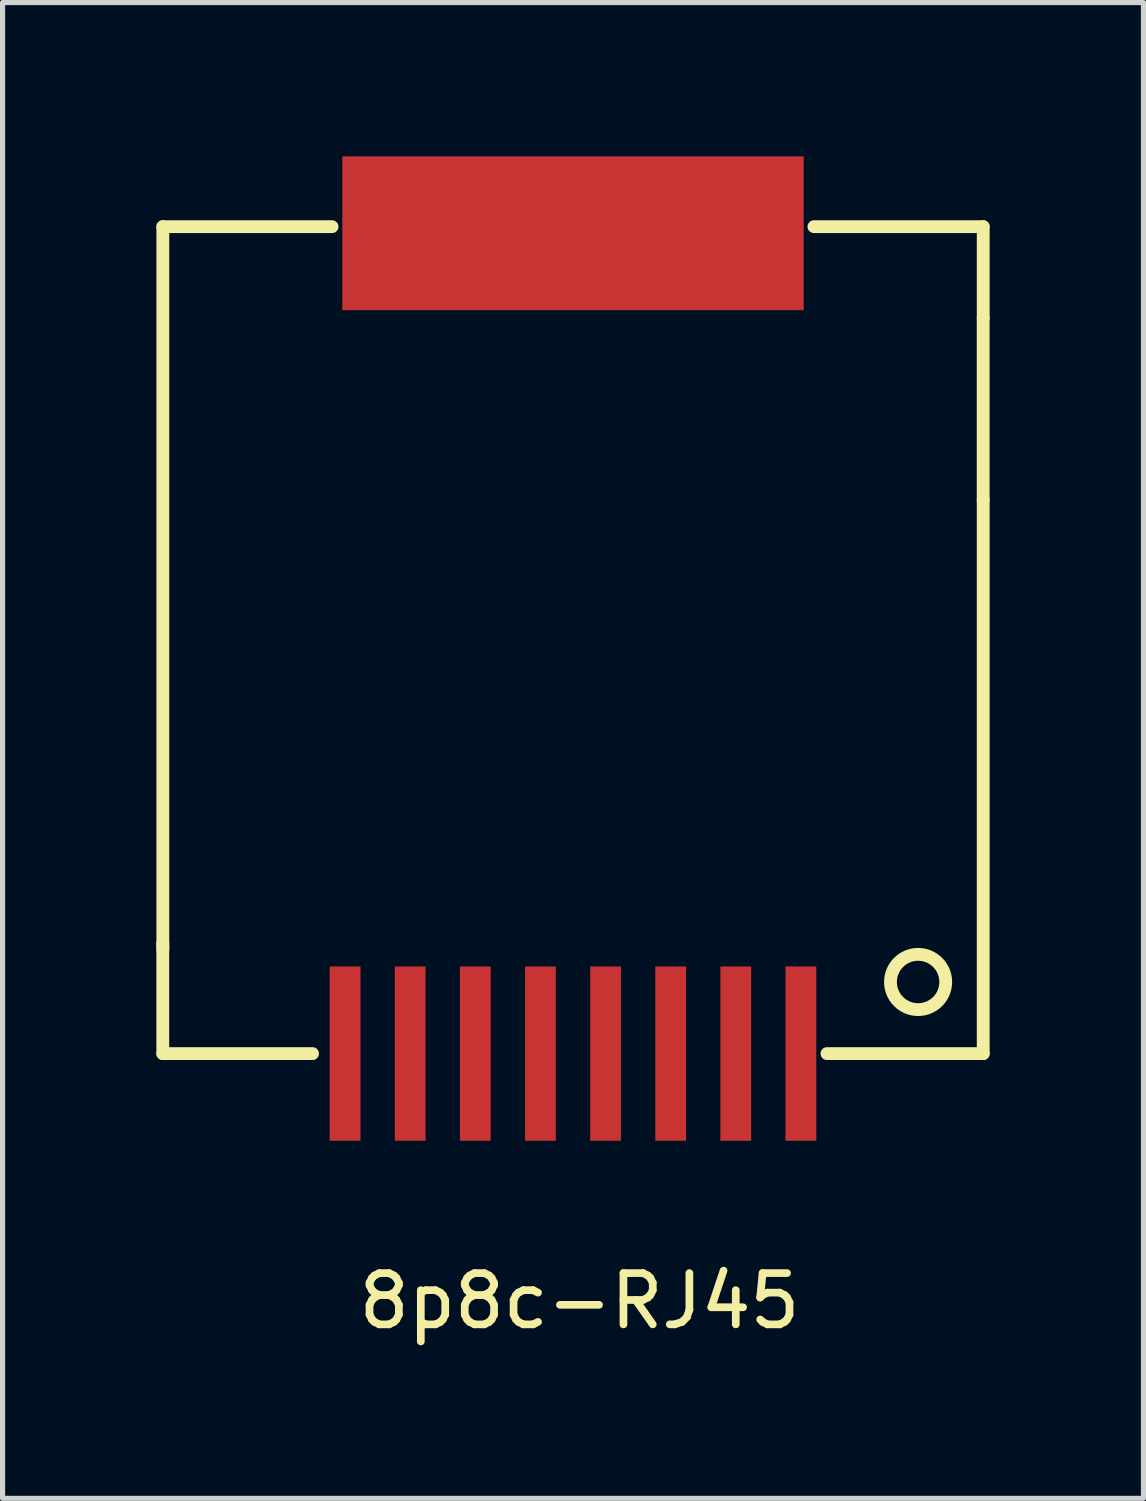
<source format=kicad_pcb>
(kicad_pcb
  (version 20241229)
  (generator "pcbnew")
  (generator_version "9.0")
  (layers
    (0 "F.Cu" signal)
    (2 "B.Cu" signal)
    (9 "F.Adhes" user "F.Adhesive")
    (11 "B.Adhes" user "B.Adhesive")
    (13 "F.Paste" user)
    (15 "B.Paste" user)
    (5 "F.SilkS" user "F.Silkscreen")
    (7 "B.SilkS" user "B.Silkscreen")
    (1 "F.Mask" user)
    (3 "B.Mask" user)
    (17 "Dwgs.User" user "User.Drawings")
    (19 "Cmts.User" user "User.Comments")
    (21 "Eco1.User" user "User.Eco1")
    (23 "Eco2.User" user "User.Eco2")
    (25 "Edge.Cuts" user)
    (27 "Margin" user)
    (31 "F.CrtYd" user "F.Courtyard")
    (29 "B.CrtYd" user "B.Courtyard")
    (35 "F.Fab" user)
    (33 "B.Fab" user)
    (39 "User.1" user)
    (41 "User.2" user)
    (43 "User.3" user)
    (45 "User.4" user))
  (footprint "8p8c-RJ45"
    (layer "F.Cu")
    (at 8.126 17.5)
    (property "Reference" "8p8c-RJ45" (at 0.127 4.826 0) (layer "F.SilkS") (effects (font (size 1 1) (thickness 0.15))))
    (attr through_hole)
    (fp_line (start -8.001 -16.129) (end -4.699 -16.129) (stroke (width 0.25) (type solid)) (layer "F.SilkS"))
    (fp_line (start -8.001 -2.159) (end -8.001 0) (stroke (width 0.25) (type solid)) (layer "F.SilkS"))
    (fp_line (start -8.001 0) (end -5.08 0) (stroke (width 0.25) (type solid)) (layer "F.SilkS"))
    (fp_line (start -8 -16.129) (end -8 -2.032) (stroke (width 0.25) (type solid)) (layer "F.SilkS"))
    (fp_line (start 4.699 -16.129) (end 8.001 -16.129) (stroke (width 0.25) (type solid)) (layer "F.SilkS"))
    (fp_line (start 8 -14.351) (end 8 -10.795) (stroke (width 0.25) (type solid)) (layer "F.SilkS"))
    (fp_line (start 8.001 -16.129) (end 8.001 -14.351) (stroke (width 0.25) (type solid)) (layer "F.SilkS"))
    (fp_line (start 8.001 -10.795) (end 8.001 0) (stroke (width 0.25) (type solid)) (layer "F.SilkS"))
    (fp_line (start 8.001 0) (end 4.953 0) (stroke (width 0.25) (type solid)) (layer "F.SilkS"))
    (fp_circle (center 6.731 -1.397) (end 6.35 -1.778) (stroke (width 0.25) (type solid)) (fill no) (layer "F.SilkS"))
    (pad "1" smd rect (at 4.445 0) (size 0.6 3.4) (layers "F.Cu" "F.Mask" "F.Paste"))
    (pad "2" smd rect (at 3.175 0) (size 0.6 3.4) (layers "F.Cu" "F.Mask" "F.Paste"))
    (pad "3" smd rect (at 1.905 0) (size 0.6 3.4) (layers "F.Cu" "F.Mask" "F.Paste"))
    (pad "4" smd rect (at 0.635 0) (size 0.6 3.4) (layers "F.Cu" "F.Mask" "F.Paste"))
    (pad "5" smd rect (at -0.635 0) (size 0.6 3.4) (layers "F.Cu" "F.Mask" "F.Paste"))
    (pad "6" smd rect (at -1.905 0) (size 0.6 3.4) (layers "F.Cu" "F.Mask" "F.Paste"))
    (pad "7" smd rect (at -3.175 0) (size 0.6 3.4) (layers "F.Cu" "F.Mask" "F.Paste"))
    (pad "8" smd rect (at -4.445 0) (size 0.6 3.4) (layers "F.Cu" "F.Mask" "F.Paste"))
    (pad "9" smd rect (at 0 -16) (size 9 3) (layers "F.Cu" "F.Mask" "F.Paste")))
  (gr_rect
    (start -3 -3)
    (end 19.252 26.174)
    (stroke (width 0.1) (type default))
    (fill no)
    (layer "Edge.Cuts")))
</source>
